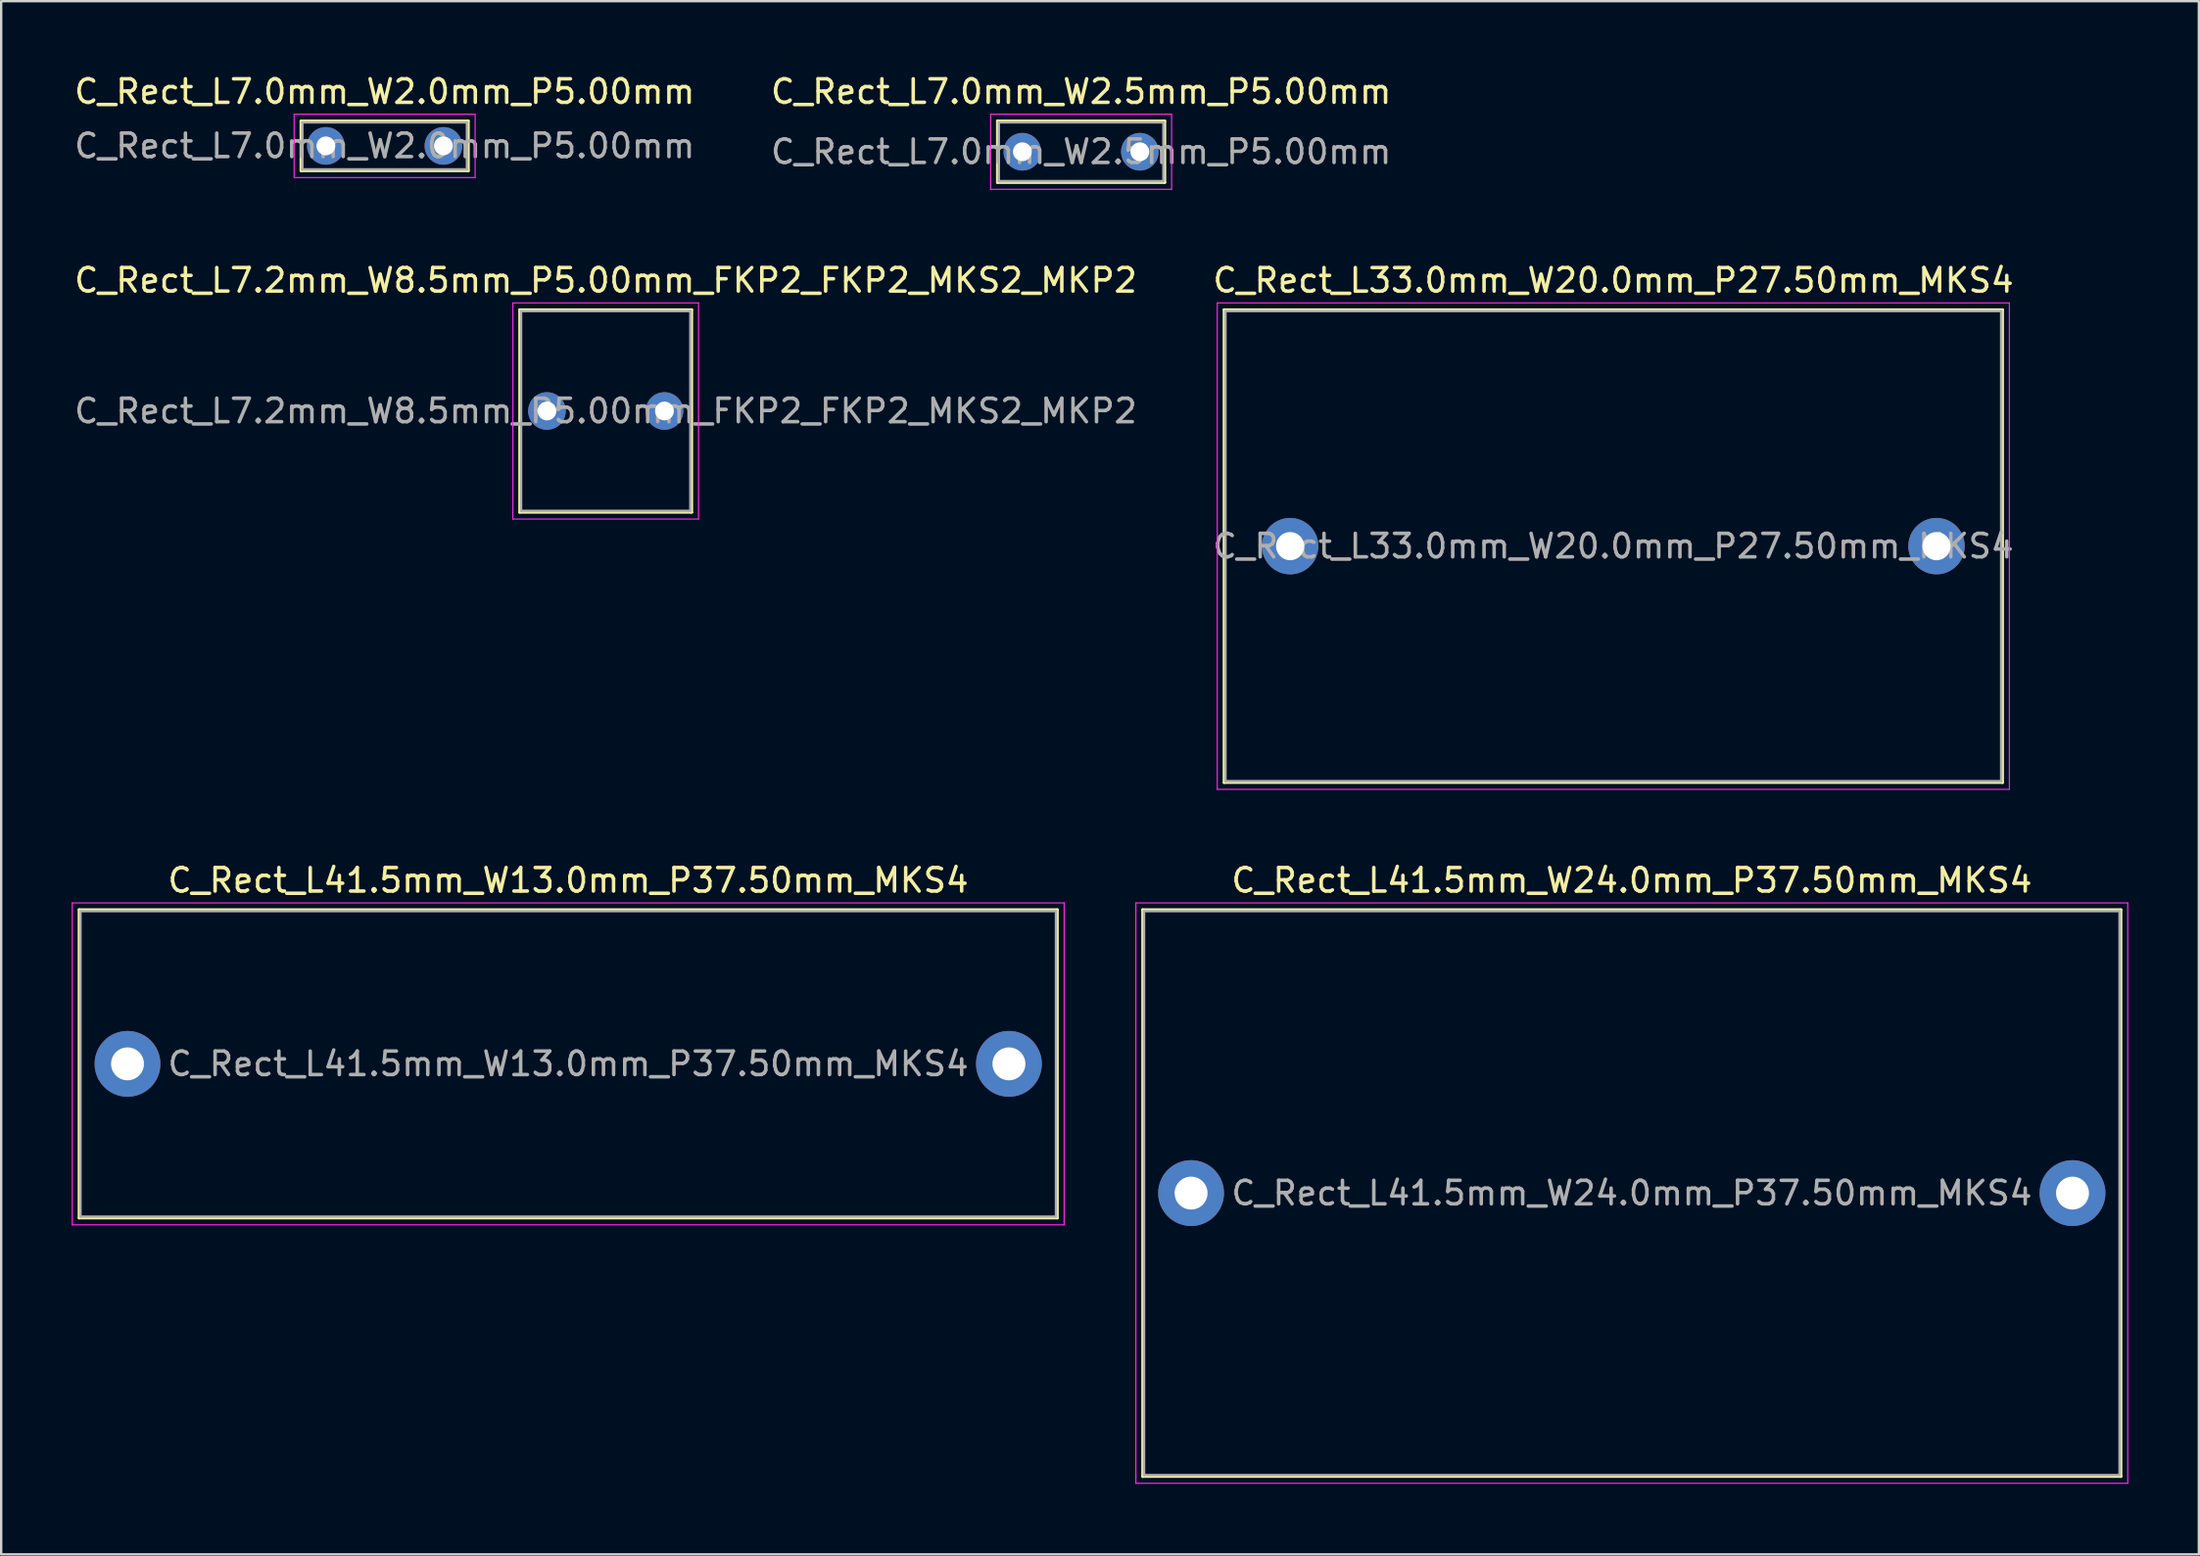
<source format=kicad_pcb>
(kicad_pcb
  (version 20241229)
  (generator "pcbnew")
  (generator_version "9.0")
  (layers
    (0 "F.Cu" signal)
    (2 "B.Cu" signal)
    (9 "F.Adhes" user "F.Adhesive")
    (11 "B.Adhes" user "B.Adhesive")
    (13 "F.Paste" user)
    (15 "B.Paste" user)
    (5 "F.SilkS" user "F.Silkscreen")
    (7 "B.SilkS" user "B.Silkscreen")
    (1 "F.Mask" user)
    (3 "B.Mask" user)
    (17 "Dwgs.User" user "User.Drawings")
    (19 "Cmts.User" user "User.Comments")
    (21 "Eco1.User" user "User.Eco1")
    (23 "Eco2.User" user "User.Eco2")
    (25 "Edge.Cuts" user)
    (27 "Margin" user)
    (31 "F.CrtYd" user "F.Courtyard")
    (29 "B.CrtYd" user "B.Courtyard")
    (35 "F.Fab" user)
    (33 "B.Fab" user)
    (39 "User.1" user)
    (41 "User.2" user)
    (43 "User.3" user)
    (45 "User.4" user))
  (footprint "C_Rect_L7.0mm_W2.5mm_P5.00mm"
    (layer "F.Cu")
    (at 40.446 3.408)
    (property "Reference" "C_Rect_L7.0mm_W2.5mm_P5.00mm" (at 2.5 -2.56 0) (layer "F.SilkS") (effects (font (size 1 1) (thickness 0.15))))
    (attr through_hole)
    (fp_line (start -1.06 -1.31) (end -1.06 1.31) (stroke (width 0.12) (type solid)) (layer "F.SilkS"))
    (fp_line (start -1.06 -1.31) (end 6.06 -1.31) (stroke (width 0.12) (type solid)) (layer "F.SilkS"))
    (fp_line (start -1.06 1.31) (end 6.06 1.31) (stroke (width 0.12) (type solid)) (layer "F.SilkS"))
    (fp_line (start 6.06 -1.31) (end 6.06 1.31) (stroke (width 0.12) (type solid)) (layer "F.SilkS"))
    (fp_line (start -1.35 -1.6) (end -1.35 1.6) (stroke (width 0.05) (type solid)) (layer "F.CrtYd"))
    (fp_line (start -1.35 1.6) (end 6.35 1.6) (stroke (width 0.05) (type solid)) (layer "F.CrtYd"))
    (fp_line (start 6.35 -1.6) (end -1.35 -1.6) (stroke (width 0.05) (type solid)) (layer "F.CrtYd"))
    (fp_line (start 6.35 1.6) (end 6.35 -1.6) (stroke (width 0.05) (type solid)) (layer "F.CrtYd"))
    (fp_line (start -1 -1.25) (end -1 1.25) (stroke (width 0.1) (type solid)) (layer "F.Fab"))
    (fp_line (start -1 1.25) (end 6 1.25) (stroke (width 0.1) (type solid)) (layer "F.Fab"))
    (fp_line (start 6 -1.25) (end -1 -1.25) (stroke (width 0.1) (type solid)) (layer "F.Fab"))
    (fp_line (start 6 1.25) (end 6 -1.25) (stroke (width 0.1) (type solid)) (layer "F.Fab"))
    (fp_text user "${REFERENCE}" (at 2.5 0 0) (layer "F.Fab") (effects (font (size 1 1) (thickness 0.15))))
    (pad "1" thru_hole circle (at 0 0) (size 1.6 1.6) (drill 0.8) (layers "*.Cu" "*.Mask"))
    (pad "2" thru_hole circle (at 5 0) (size 1.6 1.6) (drill 0.8) (layers "*.Cu" "*.Mask")))
  (footprint "C_Rect_L7.2mm_W8.5mm_P5.00mm_FKP2_FKP2_MKS2_MKP2"
    (layer "F.Cu")
    (at 20.22 14.441)
    (property "Reference" "C_Rect_L7.2mm_W8.5mm_P5.00mm_FKP2_FKP2_MKS2_MKP2" (at 2.5 -5.56 0) (layer "F.SilkS") (effects (font (size 1 1) (thickness 0.15))))
    (attr through_hole)
    (fp_line (start -1.16 -4.31) (end -1.16 4.31) (stroke (width 0.12) (type solid)) (layer "F.SilkS"))
    (fp_line (start -1.16 -4.31) (end 6.16 -4.31) (stroke (width 0.12) (type solid)) (layer "F.SilkS"))
    (fp_line (start -1.16 4.31) (end 6.16 4.31) (stroke (width 0.12) (type solid)) (layer "F.SilkS"))
    (fp_line (start 6.16 -4.31) (end 6.16 4.31) (stroke (width 0.12) (type solid)) (layer "F.SilkS"))
    (fp_line (start -1.45 -4.6) (end -1.45 4.6) (stroke (width 0.05) (type solid)) (layer "F.CrtYd"))
    (fp_line (start -1.45 4.6) (end 6.45 4.6) (stroke (width 0.05) (type solid)) (layer "F.CrtYd"))
    (fp_line (start 6.45 -4.6) (end -1.45 -4.6) (stroke (width 0.05) (type solid)) (layer "F.CrtYd"))
    (fp_line (start 6.45 4.6) (end 6.45 -4.6) (stroke (width 0.05) (type solid)) (layer "F.CrtYd"))
    (fp_line (start -1.1 -4.25) (end -1.1 4.25) (stroke (width 0.1) (type solid)) (layer "F.Fab"))
    (fp_line (start -1.1 4.25) (end 6.1 4.25) (stroke (width 0.1) (type solid)) (layer "F.Fab"))
    (fp_line (start 6.1 -4.25) (end -1.1 -4.25) (stroke (width 0.1) (type solid)) (layer "F.Fab"))
    (fp_line (start 6.1 4.25) (end 6.1 -4.25) (stroke (width 0.1) (type solid)) (layer "F.Fab"))
    (fp_text user "${REFERENCE}" (at 2.5 0 0) (layer "F.Fab") (effects (font (size 1 1) (thickness 0.15))))
    (pad "1" thru_hole circle (at 0 0) (size 1.6 1.6) (drill 0.8) (layers "*.Cu" "*.Mask"))
    (pad "2" thru_hole circle (at 5 0) (size 1.6 1.6) (drill 0.8) (layers "*.Cu" "*.Mask")))
  (footprint "C_Rect_L41.5mm_W24.0mm_P37.50mm_MKS4"
    (layer "F.Cu")
    (at 47.625 47.725)
    (property "Reference" "C_Rect_L41.5mm_W24.0mm_P37.50mm_MKS4" (at 18.75 -13.31 0) (layer "F.SilkS") (effects (font (size 1 1) (thickness 0.15))))
    (attr through_hole)
    (fp_line (start -2.06 -12.06) (end -2.06 12.06) (stroke (width 0.12) (type solid)) (layer "F.SilkS"))
    (fp_line (start -2.06 -12.06) (end 39.56 -12.06) (stroke (width 0.12) (type solid)) (layer "F.SilkS"))
    (fp_line (start -2.06 12.06) (end 39.56 12.06) (stroke (width 0.12) (type solid)) (layer "F.SilkS"))
    (fp_line (start 39.56 -12.06) (end 39.56 12.06) (stroke (width 0.12) (type solid)) (layer "F.SilkS"))
    (fp_line (start -2.35 -12.35) (end -2.35 12.35) (stroke (width 0.05) (type solid)) (layer "F.CrtYd"))
    (fp_line (start -2.35 12.35) (end 39.85 12.35) (stroke (width 0.05) (type solid)) (layer "F.CrtYd"))
    (fp_line (start 39.85 -12.35) (end -2.35 -12.35) (stroke (width 0.05) (type solid)) (layer "F.CrtYd"))
    (fp_line (start 39.85 12.35) (end 39.85 -12.35) (stroke (width 0.05) (type solid)) (layer "F.CrtYd"))
    (fp_line (start -2 -12) (end -2 12) (stroke (width 0.1) (type solid)) (layer "F.Fab"))
    (fp_line (start -2 12) (end 39.5 12) (stroke (width 0.1) (type solid)) (layer "F.Fab"))
    (fp_line (start 39.5 -12) (end -2 -12) (stroke (width 0.1) (type solid)) (layer "F.Fab"))
    (fp_line (start 39.5 12) (end 39.5 -12) (stroke (width 0.1) (type solid)) (layer "F.Fab"))
    (fp_text user "${REFERENCE}" (at 18.75 0 0) (layer "F.Fab") (effects (font (size 1 1) (thickness 0.15))))
    (pad "1" thru_hole circle (at 0 0) (size 2.8 2.8) (drill 1.4) (layers "*.Cu" "*.Mask"))
    (pad "2" thru_hole circle (at 37.5 0) (size 2.8 2.8) (drill 1.4) (layers "*.Cu" "*.Mask")))
  (footprint "C_Rect_L33.0mm_W20.0mm_P27.50mm_MKS4"
    (layer "F.Cu")
    (at 51.839 20.192)
    (property "Reference" "C_Rect_L33.0mm_W20.0mm_P27.50mm_MKS4" (at 13.75 -11.31 0) (layer "F.SilkS") (effects (font (size 1 1) (thickness 0.15))))
    (attr through_hole)
    (fp_line (start -2.81 -10.06) (end -2.81 10.06) (stroke (width 0.12) (type solid)) (layer "F.SilkS"))
    (fp_line (start -2.81 -10.06) (end 30.31 -10.06) (stroke (width 0.12) (type solid)) (layer "F.SilkS"))
    (fp_line (start -2.81 10.06) (end 30.31 10.06) (stroke (width 0.12) (type solid)) (layer "F.SilkS"))
    (fp_line (start 30.31 -10.06) (end 30.31 10.06) (stroke (width 0.12) (type solid)) (layer "F.SilkS"))
    (fp_line (start -3.1 -10.35) (end -3.1 10.35) (stroke (width 0.05) (type solid)) (layer "F.CrtYd"))
    (fp_line (start -3.1 10.35) (end 30.6 10.35) (stroke (width 0.05) (type solid)) (layer "F.CrtYd"))
    (fp_line (start 30.6 -10.35) (end -3.1 -10.35) (stroke (width 0.05) (type solid)) (layer "F.CrtYd"))
    (fp_line (start 30.6 10.35) (end 30.6 -10.35) (stroke (width 0.05) (type solid)) (layer "F.CrtYd"))
    (fp_line (start -2.75 -10) (end -2.75 10) (stroke (width 0.1) (type solid)) (layer "F.Fab"))
    (fp_line (start -2.75 10) (end 30.25 10) (stroke (width 0.1) (type solid)) (layer "F.Fab"))
    (fp_line (start 30.25 -10) (end -2.75 -10) (stroke (width 0.1) (type solid)) (layer "F.Fab"))
    (fp_line (start 30.25 10) (end 30.25 -10) (stroke (width 0.1) (type solid)) (layer "F.Fab"))
    (fp_text user "${REFERENCE}" (at 13.75 0 0) (layer "F.Fab") (effects (font (size 1 1) (thickness 0.15))))
    (pad "1" thru_hole circle (at 0 0) (size 2.4 2.4) (drill 1.2) (layers "*.Cu" "*.Mask"))
    (pad "2" thru_hole circle (at 27.5 0) (size 2.4 2.4) (drill 1.2) (layers "*.Cu" "*.Mask")))
  (footprint "C_Rect_L41.5mm_W13.0mm_P37.50mm_MKS4"
    (layer "F.Cu")
    (at 2.375 42.225)
    (property "Reference" "C_Rect_L41.5mm_W13.0mm_P37.50mm_MKS4" (at 18.75 -7.81 0) (layer "F.SilkS") (effects (font (size 1 1) (thickness 0.15))))
    (attr through_hole)
    (fp_line (start -2.06 -6.56) (end -2.06 6.56) (stroke (width 0.12) (type solid)) (layer "F.SilkS"))
    (fp_line (start -2.06 -6.56) (end 39.56 -6.56) (stroke (width 0.12) (type solid)) (layer "F.SilkS"))
    (fp_line (start -2.06 6.56) (end 39.56 6.56) (stroke (width 0.12) (type solid)) (layer "F.SilkS"))
    (fp_line (start 39.56 -6.56) (end 39.56 6.56) (stroke (width 0.12) (type solid)) (layer "F.SilkS"))
    (fp_line (start -2.35 -6.85) (end -2.35 6.85) (stroke (width 0.05) (type solid)) (layer "F.CrtYd"))
    (fp_line (start -2.35 6.85) (end 39.85 6.85) (stroke (width 0.05) (type solid)) (layer "F.CrtYd"))
    (fp_line (start 39.85 -6.85) (end -2.35 -6.85) (stroke (width 0.05) (type solid)) (layer "F.CrtYd"))
    (fp_line (start 39.85 6.85) (end 39.85 -6.85) (stroke (width 0.05) (type solid)) (layer "F.CrtYd"))
    (fp_line (start -2 -6.5) (end -2 6.5) (stroke (width 0.1) (type solid)) (layer "F.Fab"))
    (fp_line (start -2 6.5) (end 39.5 6.5) (stroke (width 0.1) (type solid)) (layer "F.Fab"))
    (fp_line (start 39.5 -6.5) (end -2 -6.5) (stroke (width 0.1) (type solid)) (layer "F.Fab"))
    (fp_line (start 39.5 6.5) (end 39.5 -6.5) (stroke (width 0.1) (type solid)) (layer "F.Fab"))
    (fp_text user "${REFERENCE}" (at 18.75 0 0) (layer "F.Fab") (effects (font (size 1 1) (thickness 0.15))))
    (pad "1" thru_hole circle (at 0 0) (size 2.8 2.8) (drill 1.4) (layers "*.Cu" "*.Mask"))
    (pad "2" thru_hole circle (at 37.5 0) (size 2.8 2.8) (drill 1.4) (layers "*.Cu" "*.Mask")))
  (footprint "C_Rect_L7.0mm_W2.0mm_P5.00mm"
    (layer "F.Cu")
    (at 10.815 3.158)
    (property "Reference" "C_Rect_L7.0mm_W2.0mm_P5.00mm" (at 2.5 -2.31 0) (layer "F.SilkS") (effects (font (size 1 1) (thickness 0.15))))
    (attr through_hole)
    (fp_line (start -1.06 -1.06) (end -1.06 1.06) (stroke (width 0.12) (type solid)) (layer "F.SilkS"))
    (fp_line (start -1.06 -1.06) (end 6.06 -1.06) (stroke (width 0.12) (type solid)) (layer "F.SilkS"))
    (fp_line (start -1.06 1.06) (end 6.06 1.06) (stroke (width 0.12) (type solid)) (layer "F.SilkS"))
    (fp_line (start 6.06 -1.06) (end 6.06 1.06) (stroke (width 0.12) (type solid)) (layer "F.SilkS"))
    (fp_line (start -1.35 -1.35) (end -1.35 1.35) (stroke (width 0.05) (type solid)) (layer "F.CrtYd"))
    (fp_line (start -1.35 1.35) (end 6.35 1.35) (stroke (width 0.05) (type solid)) (layer "F.CrtYd"))
    (fp_line (start 6.35 -1.35) (end -1.35 -1.35) (stroke (width 0.05) (type solid)) (layer "F.CrtYd"))
    (fp_line (start 6.35 1.35) (end 6.35 -1.35) (stroke (width 0.05) (type solid)) (layer "F.CrtYd"))
    (fp_line (start -1 -1) (end -1 1) (stroke (width 0.1) (type solid)) (layer "F.Fab"))
    (fp_line (start -1 1) (end 6 1) (stroke (width 0.1) (type solid)) (layer "F.Fab"))
    (fp_line (start 6 -1) (end -1 -1) (stroke (width 0.1) (type solid)) (layer "F.Fab"))
    (fp_line (start 6 1) (end 6 -1) (stroke (width 0.1) (type solid)) (layer "F.Fab"))
    (fp_text user "${REFERENCE}" (at 2.5 0 0) (layer "F.Fab") (effects (font (size 1 1) (thickness 0.15))))
    (pad "1" thru_hole circle (at 0 0) (size 1.6 1.6) (drill 0.8) (layers "*.Cu" "*.Mask"))
    (pad "2" thru_hole circle (at 5 0) (size 1.6 1.6) (drill 0.8) (layers "*.Cu" "*.Mask")))
  (gr_rect
    (start -3 -3)
    (end 90.5 63.1)
    (stroke (width 0.1) (type default))
    (fill no)
    (layer "Edge.Cuts")))
</source>
